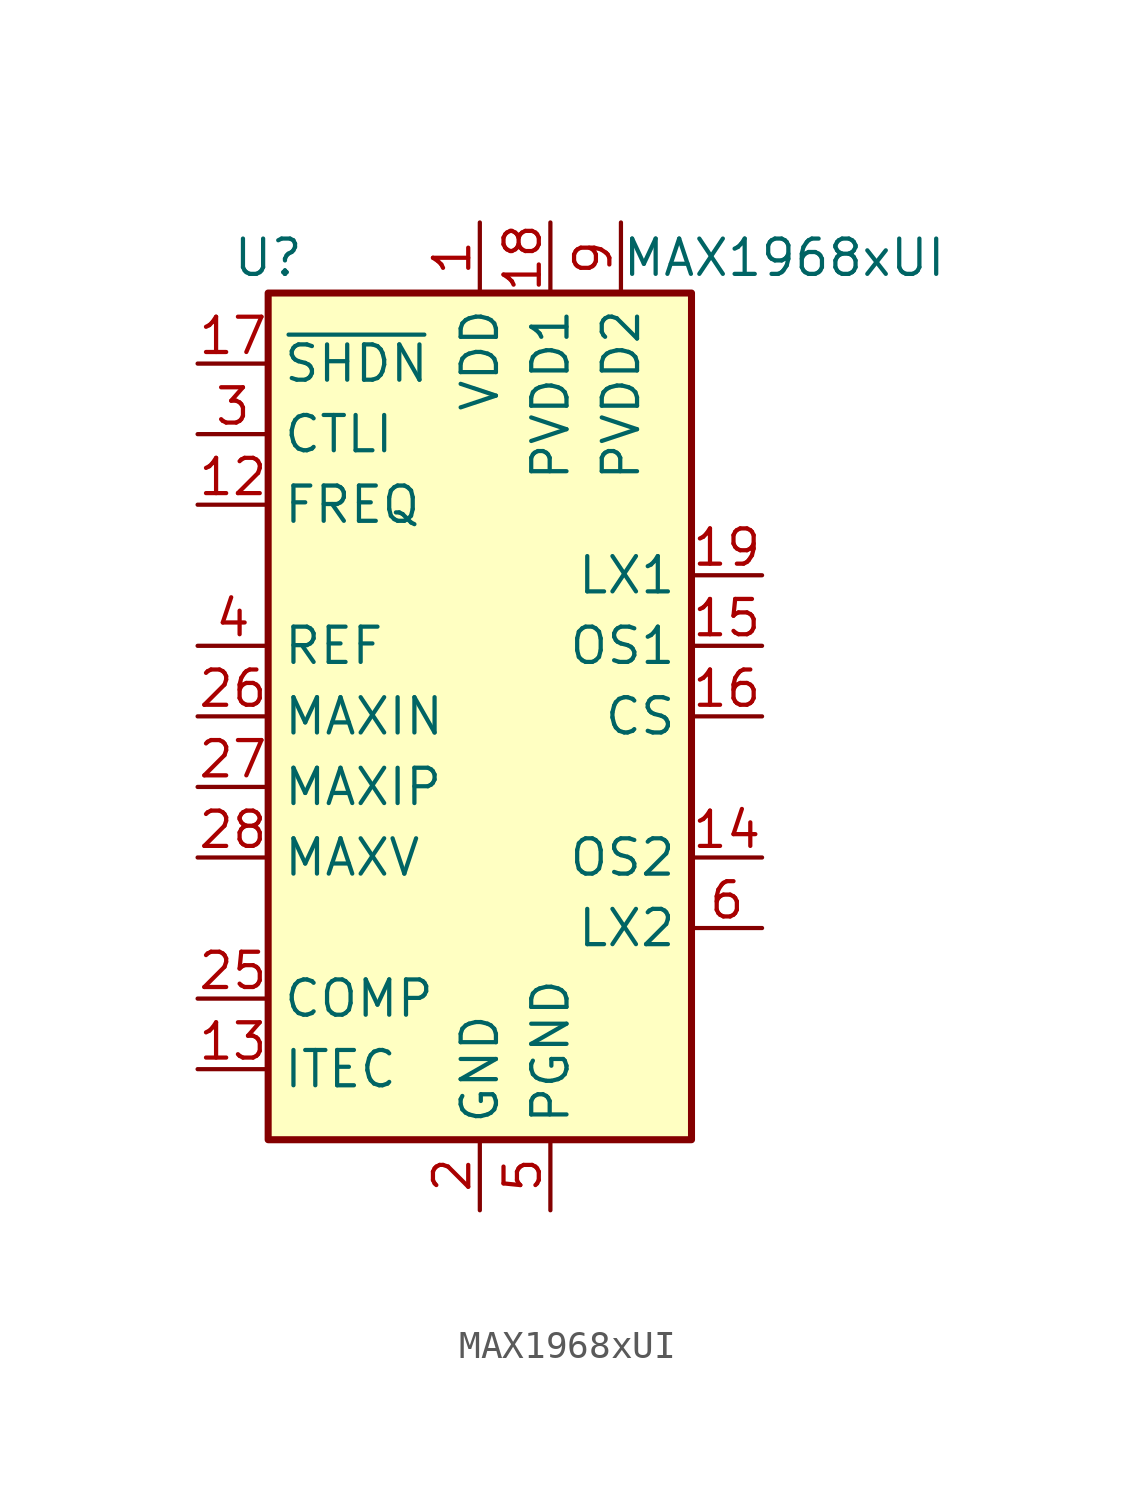
<source format=kicad_sym>
(kicad_symbol_lib
  (version 20220914)
  (generator kicad_symbol_editor)
  (symbol "MAX1968xUI"
    (property "Reference" "U"
      (at -7.62 16.51 0)
      (effects (font (size 1.27 1.27))))
    (property "Value" "MAX1968xUI"
      (at 5.08 16.51 0)
      (effects (font (size 1.27 1.27)) (justify left)))
    (symbol "MAX1968xUI_0_1"
      (rectangle (start -7.62 15.24) (end 7.62 -15.24) (stroke (width 0.254) (type default)) (fill (type background))))
    (symbol "MAX1968xUI_1_1"
      (pin power_in line (at 0 17.78 270) (length 2.54) (name "VDD" (effects (font (size 1.27 1.27)))) (number "1" (effects (font (size 1.27 1.27)))))
      (pin passive line (at 10.16 -7.62 180) (length 2.54) hide (name "LX2" (effects (font (size 1.27 1.27)))) (number "10" (effects (font (size 1.27 1.27)))))
      (pin passive line (at 5.08 17.78 270) (length 2.54) hide (name "PVDD2" (effects (font (size 1.27 1.27)))) (number "11" (effects (font (size 1.27 1.27)))))
      (pin input line (at -10.16 7.62 0) (length 2.54) (name "FREQ" (effects (font (size 1.27 1.27)))) (number "12" (effects (font (size 1.27 1.27)))))
      (pin output line (at -10.16 -12.7 0) (length 2.54) (name "ITEC" (effects (font (size 1.27 1.27)))) (number "13" (effects (font (size 1.27 1.27)))))
      (pin input line (at 10.16 -5.08 180) (length 2.54) (name "OS2" (effects (font (size 1.27 1.27)))) (number "14" (effects (font (size 1.27 1.27)))))
      (pin input line (at 10.16 2.54 180) (length 2.54) (name "OS1" (effects (font (size 1.27 1.27)))) (number "15" (effects (font (size 1.27 1.27)))))
      (pin input line (at 10.16 0 180) (length 2.54) (name "CS" (effects (font (size 1.27 1.27)))) (number "16" (effects (font (size 1.27 1.27)))))
      (pin input line (at -10.16 12.7 0) (length 2.54) (name "~{SHDN}" (effects (font (size 1.27 1.27)))) (number "17" (effects (font (size 1.27 1.27)))))
      (pin power_in line (at 2.54 17.78 270) (length 2.54) (name "PVDD1" (effects (font (size 1.27 1.27)))) (number "18" (effects (font (size 1.27 1.27)))))
      (pin power_out line (at 10.16 5.08 180) (length 2.54) (name "LX1" (effects (font (size 1.27 1.27)))) (number "19" (effects (font (size 1.27 1.27)))))
      (pin power_in line (at 0 -17.78 90) (length 2.54) (name "GND" (effects (font (size 1.27 1.27)))) (number "2" (effects (font (size 1.27 1.27)))))
      (pin passive line (at 2.54 17.78 270) (length 2.54) hide (name "PVDD1" (effects (font (size 1.27 1.27)))) (number "20" (effects (font (size 1.27 1.27)))))
      (pin passive line (at 10.16 5.08 180) (length 2.54) hide (name "LX1" (effects (font (size 1.27 1.27)))) (number "21" (effects (font (size 1.27 1.27)))))
      (pin passive line (at 2.54 -17.78 90) (length 2.54) hide (name "PGND" (effects (font (size 1.27 1.27)))) (number "22" (effects (font (size 1.27 1.27)))))
      (pin passive line (at 10.16 5.08 180) (length 2.54) hide (name "LX1" (effects (font (size 1.27 1.27)))) (number "23" (effects (font (size 1.27 1.27)))))
      (pin passive line (at 2.54 -17.78 90) (length 2.54) hide (name "PGND" (effects (font (size 1.27 1.27)))) (number "24" (effects (font (size 1.27 1.27)))))
      (pin passive line (at -10.16 -10.16 0) (length 2.54) (name "COMP" (effects (font (size 1.27 1.27)))) (number "25" (effects (font (size 1.27 1.27)))))
      (pin input line (at -10.16 0 0) (length 2.54) (name "MAXIN" (effects (font (size 1.27 1.27)))) (number "26" (effects (font (size 1.27 1.27)))))
      (pin input line (at -10.16 -2.54 0) (length 2.54) (name "MAXIP" (effects (font (size 1.27 1.27)))) (number "27" (effects (font (size 1.27 1.27)))))
      (pin input line (at -10.16 -5.08 0) (length 2.54) (name "MAXV" (effects (font (size 1.27 1.27)))) (number "28" (effects (font (size 1.27 1.27)))))
      (pin passive line (at 0 -17.78 90) (length 2.54) hide (name "GND" (effects (font (size 1.27 1.27)))) (number "29" (effects (font (size 1.27 1.27)))))
      (pin input line (at -10.16 10.16 0) (length 2.54) (name "CTLI" (effects (font (size 1.27 1.27)))) (number "3" (effects (font (size 1.27 1.27)))))
      (pin output line (at -10.16 2.54 0) (length 2.54) (name "REF" (effects (font (size 1.27 1.27)))) (number "4" (effects (font (size 1.27 1.27)))))
      (pin power_in line (at 2.54 -17.78 90) (length 2.54) (name "PGND" (effects (font (size 1.27 1.27)))) (number "5" (effects (font (size 1.27 1.27)))))
      (pin power_out line (at 10.16 -7.62 180) (length 2.54) (name "LX2" (effects (font (size 1.27 1.27)))) (number "6" (effects (font (size 1.27 1.27)))))
      (pin passive line (at 2.54 -17.78 90) (length 2.54) hide (name "PGND" (effects (font (size 1.27 1.27)))) (number "7" (effects (font (size 1.27 1.27)))))
      (pin passive line (at 10.16 -7.62 180) (length 2.54) hide (name "LX2" (effects (font (size 1.27 1.27)))) (number "8" (effects (font (size 1.27 1.27)))))
      (pin power_in line (at 5.08 17.78 270) (length 2.54) (name "PVDD2" (effects (font (size 1.27 1.27)))) (number "9" (effects (font (size 1.27 1.27))))))))
</source>
